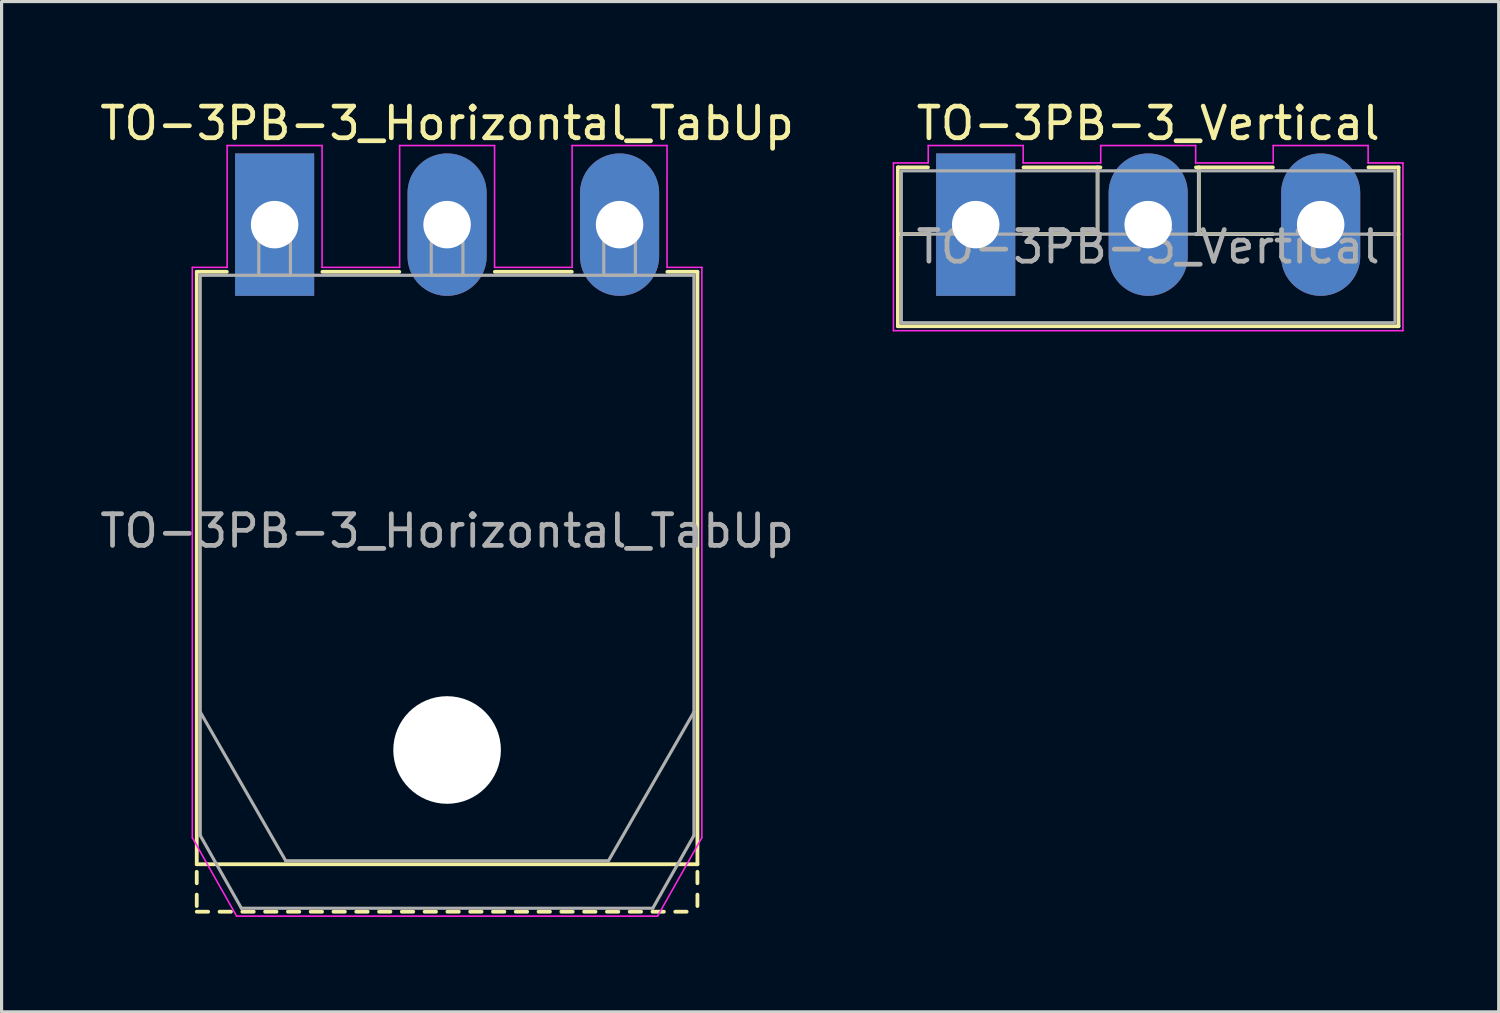
<source format=kicad_pcb>
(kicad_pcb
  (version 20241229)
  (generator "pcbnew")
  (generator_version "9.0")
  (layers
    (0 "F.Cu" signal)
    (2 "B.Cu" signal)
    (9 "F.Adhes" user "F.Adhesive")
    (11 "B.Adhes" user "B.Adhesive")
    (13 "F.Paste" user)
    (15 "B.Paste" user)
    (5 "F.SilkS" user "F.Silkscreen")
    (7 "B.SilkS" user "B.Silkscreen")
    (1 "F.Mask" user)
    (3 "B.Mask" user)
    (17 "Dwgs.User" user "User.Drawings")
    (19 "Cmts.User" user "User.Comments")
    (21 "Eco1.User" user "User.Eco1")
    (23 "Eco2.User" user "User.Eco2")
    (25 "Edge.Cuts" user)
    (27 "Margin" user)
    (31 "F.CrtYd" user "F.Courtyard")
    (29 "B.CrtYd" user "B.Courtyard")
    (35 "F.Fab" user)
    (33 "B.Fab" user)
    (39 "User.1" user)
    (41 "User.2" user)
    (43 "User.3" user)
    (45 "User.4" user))
  (footprint "TO-3PB-3_Vertical"
    (layer "F.Cu")
    (at 27.78 4.048)
    (property "Reference" "TO-3PB-3_Vertical" (at 5.45 -3.2 0) (layer "F.SilkS") (effects (font (size 1 1) (thickness 0.15))))
    (attr through_hole)
    (fp_line (start -2.46 -1.81) (end -2.46 3.21) (stroke (width 0.12) (type solid)) (layer "F.SilkS"))
    (fp_line (start -2.46 -1.81) (end -1.51 -1.81) (stroke (width 0.12) (type solid)) (layer "F.SilkS"))
    (fp_line (start -2.46 0.3) (end -1.51 0.3) (stroke (width 0.12) (type solid)) (layer "F.SilkS"))
    (fp_line (start -2.46 3.21) (end 13.36 3.21) (stroke (width 0.12) (type solid)) (layer "F.SilkS"))
    (fp_line (start 1.51 -1.81) (end 3.94 -1.81) (stroke (width 0.12) (type solid)) (layer "F.SilkS"))
    (fp_line (start 1.51 0.3) (end 3.94 0.3) (stroke (width 0.12) (type solid)) (layer "F.SilkS"))
    (fp_line (start 3.85 -1.81) (end 3.85 0.3) (stroke (width 0.12) (type solid)) (layer "F.SilkS"))
    (fp_line (start 6.96 -1.81) (end 9.39 -1.81) (stroke (width 0.12) (type solid)) (layer "F.SilkS"))
    (fp_line (start 6.96 0.3) (end 9.39 0.3) (stroke (width 0.12) (type solid)) (layer "F.SilkS"))
    (fp_line (start 7.05 -1.81) (end 7.05 0.3) (stroke (width 0.12) (type solid)) (layer "F.SilkS"))
    (fp_line (start 12.41 -1.81) (end 13.36 -1.81) (stroke (width 0.12) (type solid)) (layer "F.SilkS"))
    (fp_line (start 12.41 0.3) (end 13.36 0.3) (stroke (width 0.12) (type solid)) (layer "F.SilkS"))
    (fp_line (start 13.36 -1.81) (end 13.36 3.21) (stroke (width 0.12) (type solid)) (layer "F.SilkS"))
    (fp_line (start -2.6 -1.95) (end -1.5 -1.95) (stroke (width 0.05) (type solid)) (layer "F.CrtYd"))
    (fp_line (start -2.6 3.35) (end -2.6 -1.95) (stroke (width 0.05) (type solid)) (layer "F.CrtYd"))
    (fp_line (start -1.5 -2.5) (end 1.5 -2.5) (stroke (width 0.05) (type solid)) (layer "F.CrtYd"))
    (fp_line (start -1.5 -1.95) (end -1.5 -2.5) (stroke (width 0.05) (type solid)) (layer "F.CrtYd"))
    (fp_line (start 1.5 -2.5) (end 1.5 -1.95) (stroke (width 0.05) (type solid)) (layer "F.CrtYd"))
    (fp_line (start 1.5 -1.95) (end 3.95 -1.95) (stroke (width 0.05) (type solid)) (layer "F.CrtYd"))
    (fp_line (start 3.95 -2.5) (end 6.95 -2.5) (stroke (width 0.05) (type solid)) (layer "F.CrtYd"))
    (fp_line (start 3.95 -1.95) (end 3.95 -2.5) (stroke (width 0.05) (type solid)) (layer "F.CrtYd"))
    (fp_line (start 6.95 -2.5) (end 6.95 -1.95) (stroke (width 0.05) (type solid)) (layer "F.CrtYd"))
    (fp_line (start 6.95 -1.95) (end 9.4 -1.95) (stroke (width 0.05) (type solid)) (layer "F.CrtYd"))
    (fp_line (start 9.4 -2.5) (end 12.4 -2.5) (stroke (width 0.05) (type solid)) (layer "F.CrtYd"))
    (fp_line (start 9.4 -1.95) (end 9.4 -2.5) (stroke (width 0.05) (type solid)) (layer "F.CrtYd"))
    (fp_line (start 12.4 -2.5) (end 12.4 -1.95) (stroke (width 0.05) (type solid)) (layer "F.CrtYd"))
    (fp_line (start 12.4 -1.95) (end 13.5 -1.95) (stroke (width 0.05) (type solid)) (layer "F.CrtYd"))
    (fp_line (start 13.5 -1.95) (end 13.5 3.35) (stroke (width 0.05) (type solid)) (layer "F.CrtYd"))
    (fp_line (start 13.5 3.35) (end -2.6 3.35) (stroke (width 0.05) (type solid)) (layer "F.CrtYd"))
    (fp_line (start -2.35 0.3) (end 13.25 0.3) (stroke (width 0.1) (type solid)) (layer "F.Fab"))
    (fp_line (start 3.85 -1.7) (end 3.85 0.3) (stroke (width 0.1) (type solid)) (layer "F.Fab"))
    (fp_line (start 7.05 -1.7) (end 7.05 0.3) (stroke (width 0.1) (type solid)) (layer "F.Fab"))
    (fp_rect (start -2.35 -1.7) (end 13.25 3.1) (stroke (width 0.1) (type solid)) (fill no) (layer "F.Fab"))
    (fp_text user "${REFERENCE}" (at 5.45 0.7 0) (layer "F.Fab") (effects (font (size 1 1) (thickness 0.15))))
    (pad "1" thru_hole rect (at 0 0) (size 2.5 4.5) (drill 1.5) (layers "*.Cu" "*.Mask"))
    (pad "2" thru_hole oval (at 5.45 0) (size 2.5 4.5) (drill 1.5) (layers "*.Cu" "*.Mask"))
    (pad "3" thru_hole oval (at 10.9 0) (size 2.5 4.5) (drill 1.5) (layers "*.Cu" "*.Mask")))
  (footprint "TO-3PB-3_Horizontal_TabUp"
    (layer "F.Cu")
    (at 5.627 4.048)
    (property "Reference" "TO-3PB-3_Horizontal_TabUp" (at 5.45 -3.2 0) (layer "F.SilkS") (effects (font (size 1 1) (thickness 0.15))))
    (attr through_hole)
    (fp_line (start -2.46 1.49) (end -2.46 20.21) (stroke (width 0.12) (type solid)) (layer "F.SilkS"))
    (fp_line (start -2.46 1.49) (end -1.51 1.49) (stroke (width 0.12) (type solid)) (layer "F.SilkS"))
    (fp_line (start -2.46 20.21) (end 13.36 20.21) (stroke (width 0.12) (type solid)) (layer "F.SilkS"))
    (fp_line (start -2.46 20.45) (end -2.46 20.81) (stroke (width 0.12) (type solid)) (layer "F.SilkS"))
    (fp_line (start -2.46 21.17) (end -2.46 21.53) (stroke (width 0.12) (type solid)) (layer "F.SilkS"))
    (fp_line (start -2.46 21.71) (end -2.1 21.71) (stroke (width 0.12) (type solid)) (layer "F.SilkS"))
    (fp_line (start -1.74 21.71) (end -1.38 21.71) (stroke (width 0.12) (type solid)) (layer "F.SilkS"))
    (fp_line (start -1.02 21.71) (end -0.66 21.71) (stroke (width 0.12) (type solid)) (layer "F.SilkS"))
    (fp_line (start -0.3 21.71) (end 0.06 21.71) (stroke (width 0.12) (type solid)) (layer "F.SilkS"))
    (fp_line (start 0.42 21.71) (end 0.78 21.71) (stroke (width 0.12) (type solid)) (layer "F.SilkS"))
    (fp_line (start 1.14 21.71) (end 1.5 21.71) (stroke (width 0.12) (type solid)) (layer "F.SilkS"))
    (fp_line (start 1.51 1.49) (end 3.94 1.49) (stroke (width 0.12) (type solid)) (layer "F.SilkS"))
    (fp_line (start 1.86 21.71) (end 2.22 21.71) (stroke (width 0.12) (type solid)) (layer "F.SilkS"))
    (fp_line (start 2.58 21.71) (end 2.94 21.71) (stroke (width 0.12) (type solid)) (layer "F.SilkS"))
    (fp_line (start 3.3 21.71) (end 3.66 21.71) (stroke (width 0.12) (type solid)) (layer "F.SilkS"))
    (fp_line (start 4.02 21.71) (end 4.38 21.71) (stroke (width 0.12) (type solid)) (layer "F.SilkS"))
    (fp_line (start 4.74 21.71) (end 5.1 21.71) (stroke (width 0.12) (type solid)) (layer "F.SilkS"))
    (fp_line (start 5.46 21.71) (end 5.82 21.71) (stroke (width 0.12) (type solid)) (layer "F.SilkS"))
    (fp_line (start 6.18 21.71) (end 6.54 21.71) (stroke (width 0.12) (type solid)) (layer "F.SilkS"))
    (fp_line (start 6.9 21.71) (end 7.26 21.71) (stroke (width 0.12) (type solid)) (layer "F.SilkS"))
    (fp_line (start 6.96 1.49) (end 9.39 1.49) (stroke (width 0.12) (type solid)) (layer "F.SilkS"))
    (fp_line (start 7.62 21.71) (end 7.98 21.71) (stroke (width 0.12) (type solid)) (layer "F.SilkS"))
    (fp_line (start 8.34 21.71) (end 8.7 21.71) (stroke (width 0.12) (type solid)) (layer "F.SilkS"))
    (fp_line (start 9.06 21.71) (end 9.42 21.71) (stroke (width 0.12) (type solid)) (layer "F.SilkS"))
    (fp_line (start 9.78 21.71) (end 10.14 21.71) (stroke (width 0.12) (type solid)) (layer "F.SilkS"))
    (fp_line (start 10.5 21.71) (end 10.86 21.71) (stroke (width 0.12) (type solid)) (layer "F.SilkS"))
    (fp_line (start 11.22 21.71) (end 11.58 21.71) (stroke (width 0.12) (type solid)) (layer "F.SilkS"))
    (fp_line (start 11.94 21.71) (end 12.3 21.71) (stroke (width 0.12) (type solid)) (layer "F.SilkS"))
    (fp_line (start 12.41 1.49) (end 13.36 1.49) (stroke (width 0.12) (type solid)) (layer "F.SilkS"))
    (fp_line (start 12.66 21.71) (end 13.02 21.71) (stroke (width 0.12) (type solid)) (layer "F.SilkS"))
    (fp_line (start 13.36 1.49) (end 13.36 20.21) (stroke (width 0.12) (type solid)) (layer "F.SilkS"))
    (fp_line (start 13.36 20.45) (end 13.36 20.81) (stroke (width 0.12) (type solid)) (layer "F.SilkS"))
    (fp_line (start 13.36 21.17) (end 13.36 21.53) (stroke (width 0.12) (type solid)) (layer "F.SilkS"))
    (fp_line (start -2.6 1.35) (end -1.5 1.35) (stroke (width 0.05) (type solid)) (layer "F.CrtYd"))
    (fp_line (start -2.6 19.37) (end -2.6 1.35) (stroke (width 0.05) (type solid)) (layer "F.CrtYd"))
    (fp_line (start -1.5 -2.5) (end 1.5 -2.5) (stroke (width 0.05) (type solid)) (layer "F.CrtYd"))
    (fp_line (start -1.5 1.35) (end -1.5 -2.5) (stroke (width 0.05) (type solid)) (layer "F.CrtYd"))
    (fp_line (start -1.2 21.85) (end -2.6 19.37) (stroke (width 0.05) (type solid)) (layer "F.CrtYd"))
    (fp_line (start 1.5 -2.5) (end 1.5 1.35) (stroke (width 0.05) (type solid)) (layer "F.CrtYd"))
    (fp_line (start 1.5 1.35) (end 3.95 1.35) (stroke (width 0.05) (type solid)) (layer "F.CrtYd"))
    (fp_line (start 3.95 -2.5) (end 6.95 -2.5) (stroke (width 0.05) (type solid)) (layer "F.CrtYd"))
    (fp_line (start 3.95 1.35) (end 3.95 -2.5) (stroke (width 0.05) (type solid)) (layer "F.CrtYd"))
    (fp_line (start 6.95 -2.5) (end 6.95 1.35) (stroke (width 0.05) (type solid)) (layer "F.CrtYd"))
    (fp_line (start 6.95 1.35) (end 9.4 1.35) (stroke (width 0.05) (type solid)) (layer "F.CrtYd"))
    (fp_line (start 9.4 -2.5) (end 12.4 -2.5) (stroke (width 0.05) (type solid)) (layer "F.CrtYd"))
    (fp_line (start 9.4 1.35) (end 9.4 -2.5) (stroke (width 0.05) (type solid)) (layer "F.CrtYd"))
    (fp_line (start 12.1 21.85) (end -1.2 21.85) (stroke (width 0.05) (type solid)) (layer "F.CrtYd"))
    (fp_line (start 12.4 -2.5) (end 12.4 1.35) (stroke (width 0.05) (type solid)) (layer "F.CrtYd"))
    (fp_line (start 12.4 1.35) (end 13.5 1.35) (stroke (width 0.05) (type solid)) (layer "F.CrtYd"))
    (fp_line (start 13.5 1.35) (end 13.5 19.37) (stroke (width 0.05) (type solid)) (layer "F.CrtYd"))
    (fp_line (start 13.5 19.37) (end 12.1 21.85) (stroke (width 0.05) (type solid)) (layer "F.CrtYd"))
    (fp_line (start -2.35 1.6) (end -2.35 15.4) (stroke (width 0.1) (type solid)) (layer "F.Fab"))
    (fp_line (start -2.35 15.4) (end -2.35 19.3) (stroke (width 0.1) (type solid)) (layer "F.Fab"))
    (fp_line (start -2.35 15.4) (end 0.35 20.1) (stroke (width 0.1) (type solid)) (layer "F.Fab"))
    (fp_line (start -2.35 19.3) (end -1.05 21.6) (stroke (width 0.1) (type solid)) (layer "F.Fab"))
    (fp_line (start -1.05 21.6) (end 11.95 21.6) (stroke (width 0.1) (type solid)) (layer "F.Fab"))
    (fp_line (start 0.35 20.1) (end 10.55 20.1) (stroke (width 0.1) (type solid)) (layer "F.Fab"))
    (fp_line (start 10.55 20.1) (end 13.25 15.4) (stroke (width 0.1) (type solid)) (layer "F.Fab"))
    (fp_line (start 11.95 21.6) (end 13.25 19.3) (stroke (width 0.1) (type solid)) (layer "F.Fab"))
    (fp_line (start 13.25 1.6) (end -2.35 1.6) (stroke (width 0.1) (type solid)) (layer "F.Fab"))
    (fp_line (start 13.25 15.4) (end 13.25 1.6) (stroke (width 0.1) (type solid)) (layer "F.Fab"))
    (fp_line (start 13.25 19.3) (end 13.25 15.4) (stroke (width 0.1) (type solid)) (layer "F.Fab"))
    (fp_rect (start -0.5 1.6) (end 0.5 0) (stroke (width 0.1) (type solid)) (fill no) (layer "F.Fab"))
    (fp_rect (start 4.95 1.6) (end 5.95 0) (stroke (width 0.1) (type solid)) (fill no) (layer "F.Fab"))
    (fp_rect (start 10.4 1.6) (end 11.4 0) (stroke (width 0.1) (type solid)) (fill no) (layer "F.Fab"))
    (fp_circle (center 5.45 16.6) (end 7.05 16.6) (stroke (width 0.1) (type solid)) (fill no) (layer "F.Fab"))
    (fp_text user "${REFERENCE}" (at 5.45 9.68 0) (layer "F.Fab") (effects (font (size 1 1) (thickness 0.15))))
    (pad "" np_thru_hole circle (at 5.45 16.6) (size 3.4 3.4) (drill 3.4) (layers "*.Cu" "*.Mask"))
    (pad "1" thru_hole rect (at 0 0) (size 2.5 4.5) (drill 1.5) (layers "*.Cu" "*.Mask"))
    (pad "2" thru_hole oval (at 5.45 0) (size 2.5 4.5) (drill 1.5) (layers "*.Cu" "*.Mask"))
    (pad "3" thru_hole oval (at 10.9 0) (size 2.5 4.5) (drill 1.5) (layers "*.Cu" "*.Mask")))
  (gr_rect
    (start -3 -3)
    (end 44.305 28.923)
    (stroke (width 0.1) (type default))
    (fill no)
    (layer "Edge.Cuts")))
</source>
